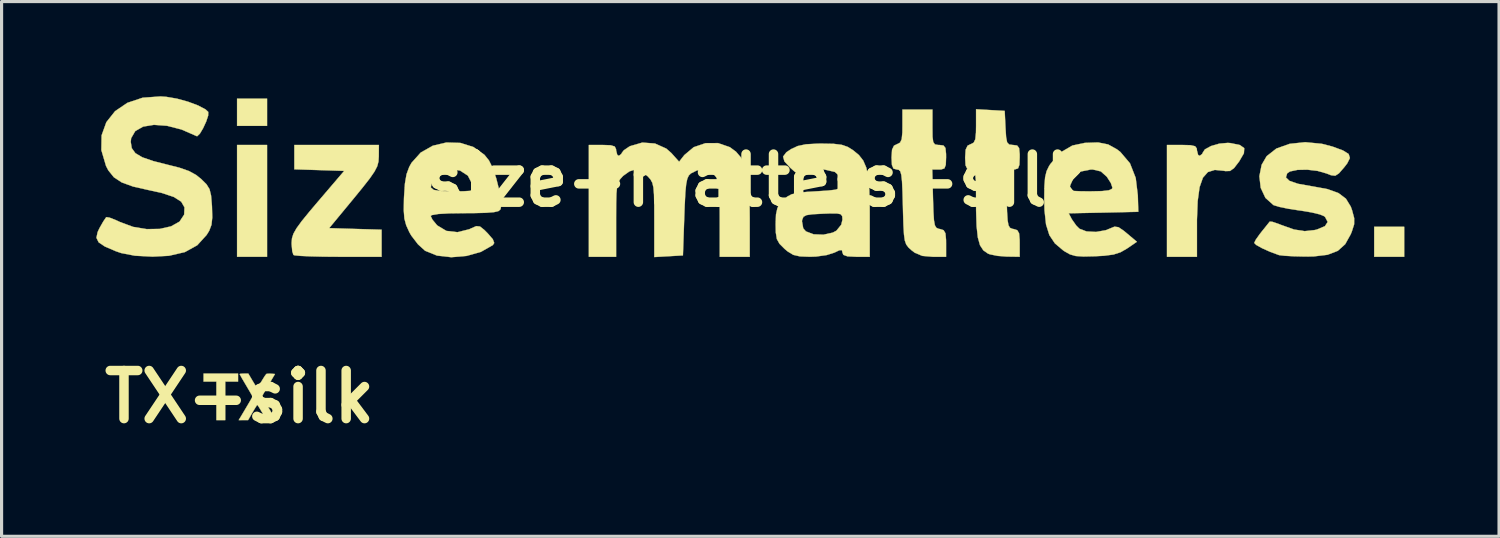
<source format=kicad_pcb>
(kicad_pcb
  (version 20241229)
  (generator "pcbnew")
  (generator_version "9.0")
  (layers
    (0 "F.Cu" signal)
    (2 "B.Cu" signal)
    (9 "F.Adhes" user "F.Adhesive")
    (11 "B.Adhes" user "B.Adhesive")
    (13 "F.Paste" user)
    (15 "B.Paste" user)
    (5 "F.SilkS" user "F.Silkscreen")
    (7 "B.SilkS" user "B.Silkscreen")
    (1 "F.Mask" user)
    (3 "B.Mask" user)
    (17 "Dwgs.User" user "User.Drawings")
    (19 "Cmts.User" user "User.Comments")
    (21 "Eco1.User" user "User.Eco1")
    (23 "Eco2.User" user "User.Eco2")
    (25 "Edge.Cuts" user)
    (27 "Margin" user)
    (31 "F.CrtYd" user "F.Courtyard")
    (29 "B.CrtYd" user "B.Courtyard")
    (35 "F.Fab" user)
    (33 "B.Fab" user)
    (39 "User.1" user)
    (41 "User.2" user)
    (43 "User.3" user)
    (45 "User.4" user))
  (footprint "size-matters-silk"
    (layer "F.Cu")
    (at 20.876 2.666)
    (property "Reference" "size-matters-silk" (at 0 0 0) (layer "F.SilkS") (effects (font (size 1.524 1.524) (thickness 0.3))))
    (attr through_hole)
    (fp_poly (pts (xy -15.465 -1.728) (xy -16.415 -1.728) (xy -16.415 -2.592) (xy -15.465 -2.592) (xy -15.465 -1.728)) (stroke (width 0.01) (type solid)) (fill yes) (layer "F.SilkS"))
    (fp_poly (pts (xy -15.465 2.419) (xy -16.415 2.419) (xy -16.415 -1.123) (xy -15.465 -1.123) (xy -15.465 2.419)) (stroke (width 0.01) (type solid)) (fill yes) (layer "F.SilkS"))
    (fp_poly (pts (xy 20.562 2.419) (xy 19.612 2.419) (xy 19.612 1.469) (xy 20.562 1.469) (xy 20.562 2.419)) (stroke (width 0.01) (type solid)) (fill yes) (layer "F.SilkS"))
    (fp_poly (pts (xy -11.925 -0.756) (xy -11.935 -0.599) (xy -11.974 -0.45) (xy -12.061 -0.281) (xy -12.21 -0.064) (xy -12.442 0.231) (xy -12.712 0.562) (xy -13.497 1.512) (xy -12.666 1.537) (xy -11.836 1.561) (xy -11.836 2.419) (xy -13.204 2.419) (xy -13.674 2.416) (xy -14.081 2.406) (xy -14.396 2.392) (xy -14.587 2.374) (xy -14.629 2.361) (xy -14.667 2.245) (xy -14.686 2.029) (xy -14.687 1.976) (xy -14.675 1.833) (xy -14.629 1.688) (xy -14.531 1.515) (xy -14.364 1.286) (xy -14.111 0.976) (xy -13.854 0.673) (xy -13.021 -0.302) (xy -13.811 -0.327) (xy -14.601 -0.352) (xy -14.601 -1.123) (xy -11.922 -1.123) (xy -11.925 -0.756)) (stroke (width 0.01) (type solid)) (fill yes) (layer "F.SilkS"))
    (fp_poly (pts (xy 15.057 -1.183) (xy 15.356 -1.121) (xy 15.494 -1.022) (xy 15.484 -0.861) (xy 15.339 -0.611) (xy 15.335 -0.604) (xy 15.173 -0.393) (xy 15.045 -0.3) (xy 14.899 -0.295) (xy 14.847 -0.305) (xy 14.562 -0.333) (xy 14.343 -0.265) (xy 14.185 -0.087) (xy 14.079 0.215) (xy 14.019 0.655) (xy 13.996 1.249) (xy 13.996 1.38) (xy 13.996 2.419) (xy 13.046 2.419) (xy 13.046 -1.123) (xy 13.521 -1.123) (xy 13.795 -1.116) (xy 13.938 -1.083) (xy 13.991 -1.011) (xy 13.996 -0.95) (xy 14.032 -0.81) (xy 14.082 -0.778) (xy 14.166 -0.842) (xy 14.169 -0.862) (xy 14.246 -0.982) (xy 14.442 -1.089) (xy 14.703 -1.165) (xy 14.974 -1.189) (xy 15.057 -1.183)) (stroke (width 0.01) (type solid)) (fill yes) (layer "F.SilkS"))
    (fp_poly (pts (xy 5.616 -1.685) (xy 5.619 -1.383) (xy 5.641 -1.215) (xy 5.695 -1.141) (xy 5.796 -1.123) (xy 5.832 -1.123) (xy 5.965 -1.107) (xy 6.028 -1.028) (xy 6.047 -0.839) (xy 6.048 -0.734) (xy 6.039 -0.495) (xy 5.995 -0.381) (xy 5.89 -0.347) (xy 5.829 -0.346) (xy 5.61 -0.346) (xy 5.634 0.583) (xy 5.647 0.993) (xy 5.664 1.262) (xy 5.693 1.421) (xy 5.74 1.501) (xy 5.813 1.533) (xy 5.853 1.54) (xy 5.97 1.577) (xy 6.028 1.676) (xy 6.047 1.885) (xy 6.048 1.993) (xy 6.048 2.419) (xy 5.62 2.419) (xy 5.294 2.391) (xy 5.056 2.291) (xy 4.951 2.211) (xy 4.854 2.122) (xy 4.786 2.031) (xy 4.741 1.905) (xy 4.714 1.712) (xy 4.697 1.422) (xy 4.684 1) (xy 4.68 0.828) (xy 4.667 0.357) (xy 4.652 0.032) (xy 4.63 -0.174) (xy 4.597 -0.288) (xy 4.548 -0.336) (xy 4.486 -0.346) (xy 4.381 -0.374) (xy 4.332 -0.489) (xy 4.32 -0.724) (xy 4.336 -0.974) (xy 4.397 -1.101) (xy 4.493 -1.148) (xy 4.59 -1.197) (xy 4.642 -1.306) (xy 4.663 -1.52) (xy 4.665 -1.72) (xy 4.665 -2.246) (xy 5.616 -2.246) (xy 5.616 -1.685)) (stroke (width 0.01) (type solid)) (fill yes) (layer "F.SilkS"))
    (fp_poly (pts (xy 7.452 -2.229) (xy 7.905 -2.203) (xy 7.931 -1.663) (xy 7.95 -1.368) (xy 7.982 -1.206) (xy 8.046 -1.138) (xy 8.158 -1.123) (xy 8.168 -1.123) (xy 8.299 -1.106) (xy 8.361 -1.025) (xy 8.38 -0.834) (xy 8.38 -0.734) (xy 8.371 -0.495) (xy 8.328 -0.381) (xy 8.222 -0.347) (xy 8.161 -0.346) (xy 7.942 -0.346) (xy 7.967 0.583) (xy 7.98 0.993) (xy 7.997 1.262) (xy 8.025 1.421) (xy 8.072 1.501) (xy 8.145 1.533) (xy 8.186 1.54) (xy 8.303 1.577) (xy 8.361 1.676) (xy 8.379 1.885) (xy 8.38 1.993) (xy 8.38 2.419) (xy 7.97 2.413) (xy 7.681 2.391) (xy 7.439 2.342) (xy 7.375 2.318) (xy 7.228 2.215) (xy 7.123 2.054) (xy 7.054 1.808) (xy 7.015 1.452) (xy 6.999 0.959) (xy 6.998 0.73) (xy 6.996 0.283) (xy 6.989 -0.019) (xy 6.97 -0.205) (xy 6.936 -0.303) (xy 6.883 -0.34) (xy 6.825 -0.346) (xy 6.716 -0.372) (xy 6.665 -0.48) (xy 6.652 -0.714) (xy 6.652 -0.724) (xy 6.668 -0.974) (xy 6.729 -1.101) (xy 6.825 -1.148) (xy 6.922 -1.196) (xy 6.974 -1.305) (xy 6.995 -1.517) (xy 6.998 -1.724) (xy 6.998 -2.255) (xy 7.452 -2.229)) (stroke (width 0.01) (type solid)) (fill yes) (layer "F.SilkS"))
    (fp_poly (pts (xy 11.181 -1.14) (xy 11.463 -0.984) (xy 11.573 -0.897) (xy 11.874 -0.542) (xy 12.056 -0.078) (xy 12.123 0.475) (xy 12.138 0.994) (xy 9.932 1.042) (xy 10.034 1.234) (xy 10.171 1.429) (xy 10.273 1.531) (xy 10.496 1.616) (xy 10.799 1.632) (xy 11.106 1.578) (xy 11.237 1.525) (xy 11.384 1.465) (xy 11.51 1.482) (xy 11.676 1.594) (xy 11.776 1.677) (xy 12.093 1.944) (xy 11.777 2.16) (xy 11.575 2.276) (xy 11.352 2.348) (xy 11.054 2.387) (xy 10.763 2.403) (xy 10.4 2.411) (xy 10.155 2.395) (xy 9.975 2.344) (xy 9.806 2.249) (xy 9.753 2.213) (xy 9.496 1.995) (xy 9.321 1.734) (xy 9.215 1.397) (xy 9.166 0.947) (xy 9.158 0.583) (xy 9.162 0.247) (xy 9.961 0.247) (xy 9.99 0.305) (xy 10.101 0.334) (xy 10.327 0.344) (xy 10.621 0.346) (xy 10.986 0.338) (xy 11.205 0.313) (xy 11.304 0.266) (xy 11.318 0.228) (xy 11.268 0.082) (xy 11.146 -0.108) (xy 11.139 -0.118) (xy 10.95 -0.286) (xy 10.702 -0.344) (xy 10.634 -0.346) (xy 10.309 -0.281) (xy 10.087 -0.082) (xy 9.983 0.151) (xy 9.961 0.247) (xy 9.162 0.247) (xy 9.163 0.18) (xy 9.185 -0.097) (xy 9.232 -0.294) (xy 9.311 -0.456) (xy 9.352 -0.519) (xy 9.674 -0.887) (xy 10.049 -1.105) (xy 10.443 -1.189) (xy 10.862 -1.203) (xy 11.181 -1.14)) (stroke (width 0.01) (type solid)) (fill yes) (layer "F.SilkS"))
    (fp_poly (pts (xy -9.342 -1.188) (xy -8.928 -1.059) (xy -8.58 -0.813) (xy -8.435 -0.633) (xy -8.314 -0.389) (xy -8.203 -0.062) (xy -8.114 0.292) (xy -8.061 0.617) (xy -8.056 0.858) (xy -8.07 0.917) (xy -8.128 0.969) (xy -8.273 1.005) (xy -8.528 1.026) (xy -8.918 1.036) (xy -9.198 1.037) (xy -9.697 1.044) (xy -10.048 1.064) (xy -10.243 1.098) (xy -10.281 1.127) (xy -10.225 1.244) (xy -10.088 1.41) (xy -10.069 1.429) (xy -9.785 1.599) (xy -9.432 1.64) (xy -9.061 1.548) (xy -8.993 1.516) (xy -8.837 1.448) (xy -8.719 1.46) (xy -8.579 1.571) (xy -8.476 1.675) (xy -8.312 1.864) (xy -8.268 1.982) (xy -8.312 2.049) (xy -8.688 2.263) (xy -9.145 2.392) (xy -9.628 2.433) (xy -10.082 2.381) (xy -10.452 2.231) (xy -10.463 2.224) (xy -10.683 2.024) (xy -10.892 1.752) (xy -10.957 1.641) (xy -11.057 1.42) (xy -11.114 1.209) (xy -11.134 0.948) (xy -11.128 0.581) (xy -11.125 0.514) (xy -11.105 0.222) (xy -10.278 0.222) (xy -10.186 0.3) (xy -9.952 0.337) (xy -9.584 0.346) (xy -9.24 0.343) (xy -9.037 0.331) (xy -8.943 0.297) (xy -8.926 0.233) (xy -8.946 0.151) (xy -9.103 -0.152) (xy -9.353 -0.313) (xy -9.597 -0.346) (xy -9.869 -0.307) (xy -10.063 -0.165) (xy -10.102 -0.118) (xy -10.245 0.087) (xy -10.278 0.222) (xy -11.105 0.222) (xy -11.097 0.1) (xy -11.046 -0.196) (xy -10.961 -0.426) (xy -10.89 -0.555) (xy -10.596 -0.883) (xy -10.214 -1.099) (xy -9.783 -1.201) (xy -9.342 -1.188)) (stroke (width 0.01) (type solid)) (fill yes) (layer "F.SilkS"))
    (fp_poly (pts (xy -3.175 -1.169) (xy -2.816 -1.008) (xy -2.655 -0.866) (xy -2.41 -0.592) (xy -2.245 -0.803) (xy -1.947 -1.053) (xy -1.574 -1.18) (xy -1.176 -1.182) (xy -0.804 -1.054) (xy -0.608 -0.91) (xy -0.448 -0.723) (xy -0.331 -0.494) (xy -0.251 -0.196) (xy -0.201 0.2) (xy -0.177 0.72) (xy -0.173 1.198) (xy -0.173 2.419) (xy -1.123 2.419) (xy -1.123 1.21) (xy -1.125 0.723) (xy -1.134 0.379) (xy -1.154 0.146) (xy -1.188 -0.006) (xy -1.24 -0.108) (xy -1.296 -0.173) (xy -1.555 -0.323) (xy -1.846 -0.317) (xy -2.035 -0.223) (xy -2.103 -0.157) (xy -2.151 -0.054) (xy -2.186 0.115) (xy -2.212 0.379) (xy -2.232 0.766) (xy -2.246 1.138) (xy -2.289 2.376) (xy -2.743 2.402) (xy -3.197 2.428) (xy -3.197 1.253) (xy -3.198 0.78) (xy -3.206 0.448) (xy -3.224 0.223) (xy -3.259 0.075) (xy -3.315 -0.029) (xy -3.396 -0.121) (xy -3.409 -0.134) (xy -3.605 -0.28) (xy -3.792 -0.345) (xy -3.801 -0.346) (xy -3.984 -0.287) (xy -4.183 -0.145) (xy -4.194 -0.134) (xy -4.279 -0.04) (xy -4.338 0.061) (xy -4.375 0.202) (xy -4.396 0.415) (xy -4.404 0.732) (xy -4.406 1.187) (xy -4.406 1.249) (xy -4.406 2.419) (xy -5.27 2.419) (xy -5.27 -1.123) (xy -4.838 -1.123) (xy -4.579 -1.114) (xy -4.45 -1.075) (xy -4.408 -0.99) (xy -4.406 -0.95) (xy -4.37 -0.81) (xy -4.32 -0.778) (xy -4.236 -0.842) (xy -4.233 -0.862) (xy -4.164 -0.953) (xy -3.994 -1.069) (xy -3.96 -1.087) (xy -3.575 -1.199) (xy -3.175 -1.169)) (stroke (width 0.01) (type solid)) (fill yes) (layer "F.SilkS"))
    (fp_poly (pts (xy 17.954 -1.16) (xy 18.291 -1.072) (xy 18.623 -0.949) (xy 18.802 -0.837) (xy 18.842 -0.71) (xy 18.758 -0.541) (xy 18.659 -0.413) (xy 18.495 -0.225) (xy 18.378 -0.149) (xy 18.245 -0.164) (xy 18.1 -0.221) (xy 17.815 -0.302) (xy 17.49 -0.34) (xy 17.181 -0.334) (xy 16.944 -0.284) (xy 16.856 -0.227) (xy 16.814 -0.096) (xy 16.926 0.014) (xy 17.198 0.107) (xy 17.637 0.185) (xy 17.641 0.185) (xy 18.131 0.275) (xy 18.48 0.401) (xy 18.716 0.579) (xy 18.869 0.829) (xy 18.91 0.943) (xy 18.977 1.194) (xy 18.976 1.39) (xy 18.902 1.623) (xy 18.867 1.707) (xy 18.693 2.02) (xy 18.458 2.231) (xy 18.132 2.356) (xy 17.685 2.409) (xy 17.41 2.412) (xy 17.067 2.404) (xy 16.782 2.388) (xy 16.606 2.368) (xy 16.588 2.363) (xy 16.312 2.261) (xy 16.058 2.147) (xy 15.875 2.045) (xy 15.81 1.981) (xy 15.86 1.878) (xy 15.986 1.7) (xy 16.043 1.627) (xy 16.192 1.442) (xy 16.288 1.322) (xy 16.302 1.304) (xy 16.389 1.312) (xy 16.575 1.375) (xy 16.652 1.406) (xy 17.069 1.555) (xy 17.409 1.607) (xy 17.735 1.571) (xy 17.801 1.554) (xy 18.051 1.449) (xy 18.138 1.315) (xy 18.058 1.162) (xy 18.025 1.133) (xy 17.887 1.076) (xy 17.628 1.014) (xy 17.301 0.959) (xy 17.245 0.952) (xy 16.904 0.9) (xy 16.613 0.84) (xy 16.43 0.785) (xy 16.417 0.779) (xy 16.166 0.554) (xy 16.016 0.235) (xy 15.974 -0.132) (xy 16.046 -0.495) (xy 16.205 -0.768) (xy 16.513 -1.01) (xy 16.933 -1.159) (xy 17.426 -1.211) (xy 17.954 -1.16)) (stroke (width 0.01) (type solid)) (fill yes) (layer "F.SilkS"))
    (fp_poly (pts (xy -18.659 -2.648) (xy -18.318 -2.59) (xy -17.964 -2.492) (xy -17.645 -2.372) (xy -17.413 -2.249) (xy -17.328 -2.17) (xy -17.331 -2.054) (xy -17.394 -1.864) (xy -17.491 -1.654) (xy -17.594 -1.481) (xy -17.678 -1.401) (xy -17.694 -1.403) (xy -18.175 -1.613) (xy -18.635 -1.731) (xy -19.049 -1.761) (xy -19.392 -1.705) (xy -19.641 -1.563) (xy -19.771 -1.339) (xy -19.784 -1.221) (xy -19.752 -1.022) (xy -19.638 -0.864) (xy -19.419 -0.733) (xy -19.072 -0.613) (xy -18.666 -0.51) (xy -18.239 -0.402) (xy -17.937 -0.296) (xy -17.713 -0.173) (xy -17.55 -0.042) (xy -17.384 0.123) (xy -17.288 0.277) (xy -17.239 0.477) (xy -17.213 0.785) (xy -17.21 0.833) (xy -17.201 1.174) (xy -17.226 1.407) (xy -17.298 1.595) (xy -17.38 1.728) (xy -17.677 2.054) (xy -18.07 2.271) (xy -18.576 2.388) (xy -19.09 2.415) (xy -19.648 2.386) (xy -20.087 2.301) (xy -20.254 2.244) (xy -20.602 2.095) (xy -20.801 1.961) (xy -20.871 1.817) (xy -20.832 1.634) (xy -20.772 1.508) (xy -20.656 1.304) (xy -20.57 1.177) (xy -20.555 1.163) (xy -20.455 1.179) (xy -20.256 1.257) (xy -20.125 1.318) (xy -19.709 1.472) (xy -19.277 1.543) (xy -18.864 1.536) (xy -18.506 1.455) (xy -18.237 1.304) (xy -18.094 1.087) (xy -18.091 1.077) (xy -18.081 0.853) (xy -18.185 0.673) (xy -18.419 0.524) (xy -18.798 0.398) (xy -19.212 0.307) (xy -19.71 0.194) (xy -20.068 0.064) (xy -20.319 -0.101) (xy -20.495 -0.32) (xy -20.567 -0.459) (xy -20.715 -0.96) (xy -20.707 -1.427) (xy -20.557 -1.844) (xy -20.28 -2.194) (xy -19.891 -2.458) (xy -19.406 -2.62) (xy -18.84 -2.661) (xy -18.659 -2.648)) (stroke (width 0.01) (type solid)) (fill yes) (layer "F.SilkS"))
    (fp_poly (pts (xy 2.488 -1.159) (xy 2.741 -1.128) (xy 2.929 -1.063) (xy 3.098 -0.959) (xy 3.285 -0.805) (xy 3.423 -0.629) (xy 3.52 -0.404) (xy 3.581 -0.101) (xy 3.615 0.306) (xy 3.628 0.847) (xy 3.629 1.12) (xy 3.629 2.419) (xy 3.197 2.419) (xy 2.926 2.406) (xy 2.794 2.358) (xy 2.765 2.287) (xy 2.747 2.207) (xy 2.665 2.213) (xy 2.51 2.287) (xy 2.265 2.365) (xy 1.929 2.412) (xy 1.734 2.419) (xy 1.418 2.407) (xy 1.206 2.358) (xy 1.027 2.249) (xy 0.93 2.167) (xy 0.771 2.009) (xy 0.687 1.858) (xy 0.653 1.65) (xy 0.648 1.391) (xy 0.651 1.291) (xy 1.482 1.291) (xy 1.522 1.518) (xy 1.607 1.615) (xy 1.849 1.707) (xy 2.161 1.719) (xy 2.457 1.654) (xy 2.573 1.593) (xy 2.726 1.404) (xy 2.765 1.244) (xy 2.757 1.134) (xy 2.71 1.071) (xy 2.586 1.046) (xy 2.348 1.047) (xy 2.138 1.055) (xy 1.814 1.072) (xy 1.624 1.1) (xy 1.529 1.152) (xy 1.49 1.243) (xy 1.482 1.291) (xy 0.651 1.291) (xy 0.659 1.08) (xy 0.704 0.876) (xy 0.804 0.718) (xy 0.887 0.628) (xy 1.016 0.513) (xy 1.155 0.439) (xy 1.347 0.393) (xy 1.637 0.363) (xy 1.924 0.346) (xy 2.3 0.322) (xy 2.538 0.295) (xy 2.669 0.254) (xy 2.729 0.191) (xy 2.748 0.119) (xy 2.707 -0.112) (xy 2.522 -0.27) (xy 2.207 -0.342) (xy 2.105 -0.346) (xy 1.824 -0.325) (xy 1.592 -0.273) (xy 1.541 -0.251) (xy 1.402 -0.21) (xy 1.262 -0.269) (xy 1.114 -0.397) (xy 0.926 -0.604) (xy 0.884 -0.755) (xy 0.987 -0.891) (xy 1.145 -0.996) (xy 1.351 -1.091) (xy 1.611 -1.145) (xy 1.975 -1.165) (xy 2.117 -1.166) (xy 2.488 -1.159)) (stroke (width 0.01) (type solid)) (fill yes) (layer "F.SilkS")))
  (footprint "TX-silk"
    (layer "F.Cu")
    (at 4.543 9.523)
    (property "Reference" "TX-silk" (at 0 0 0) (layer "F.SilkS") (effects (font (size 1.524 1.524) (thickness 0.3))))
    (attr through_hole)
    (fp_poly (pts (xy -0.051 -0.483) (xy -0.457 -0.483) (xy -0.457 0.737) (xy -0.737 0.737) (xy -0.737 -0.483) (xy -1.143 -0.483) (xy -1.143 -0.737) (xy -0.051 -0.737) (xy -0.051 -0.483)) (stroke (width 0.01) (type solid)) (fill yes) (layer "F.SilkS"))
    (fp_poly (pts (xy 0.409 -0.508) (xy 0.466 -0.414) (xy 0.514 -0.338) (xy 0.547 -0.291) (xy 0.558 -0.279) (xy 0.576 -0.3) (xy 0.612 -0.356) (xy 0.661 -0.437) (xy 0.696 -0.498) (xy 0.753 -0.592) (xy 0.802 -0.668) (xy 0.839 -0.717) (xy 0.852 -0.728) (xy 0.895 -0.733) (xy 0.966 -0.734) (xy 1.001 -0.732) (xy 1.119 -0.724) (xy 0.925 -0.394) (xy 0.856 -0.276) (xy 0.796 -0.173) (xy 0.75 -0.092) (xy 0.723 -0.043) (xy 0.719 -0.033) (xy 0.726 -0.001) (xy 0.757 0.066) (xy 0.804 0.157) (xy 0.865 0.264) (xy 0.878 0.285) (xy 0.947 0.4) (xy 1.011 0.508) (xy 1.063 0.595) (xy 1.096 0.651) (xy 1.098 0.654) (xy 1.147 0.737) (xy 0.999 0.736) (xy 0.851 0.736) (xy 0.712 0.495) (xy 0.655 0.398) (xy 0.606 0.319) (xy 0.572 0.269) (xy 0.559 0.254) (xy 0.541 0.275) (xy 0.504 0.331) (xy 0.454 0.413) (xy 0.406 0.495) (xy 0.267 0.736) (xy -0.03 0.737) (xy 0.02 0.654) (xy 0.052 0.601) (xy 0.103 0.515) (xy 0.166 0.409) (xy 0.234 0.294) (xy 0.238 0.288) (xy 0.301 0.181) (xy 0.353 0.091) (xy 0.39 0.024) (xy 0.406 -0.008) (xy 0.406 -0.01) (xy 0.394 -0.036) (xy 0.36 -0.098) (xy 0.309 -0.187) (xy 0.244 -0.297) (xy 0.203 -0.367) (xy 0.134 -0.484) (xy 0.074 -0.586) (xy 0.03 -0.665) (xy 0.004 -0.712) (xy 0 -0.722) (xy 0.023 -0.73) (xy 0.082 -0.735) (xy 0.137 -0.737) (xy 0.274 -0.737) (xy 0.409 -0.508)) (stroke (width 0.01) (type solid)) (fill yes) (layer "F.SilkS")))
  (gr_rect
    (start -3 -3)
    (end 44.443 13.941)
    (stroke (width 0.1) (type default))
    (fill no)
    (layer "Edge.Cuts")))
</source>
